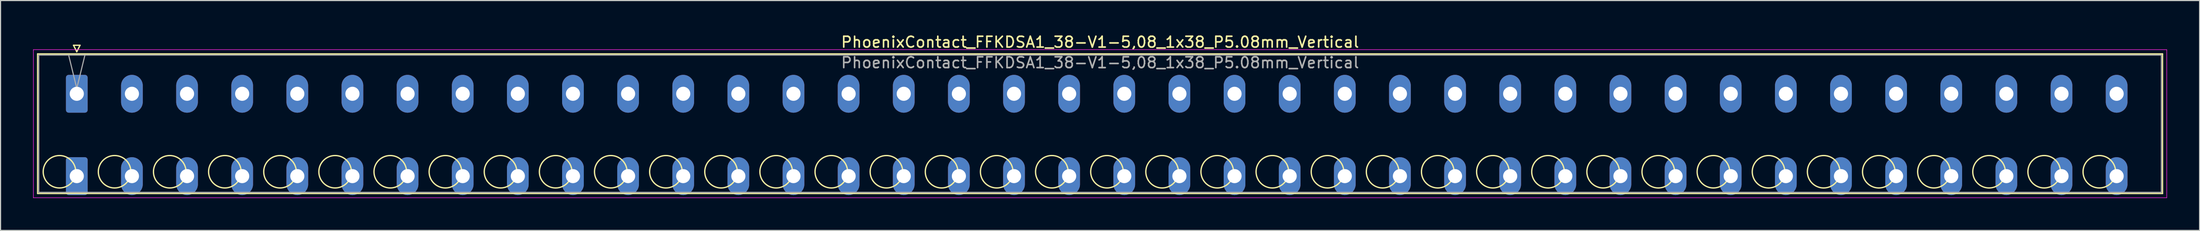
<source format=kicad_pcb>
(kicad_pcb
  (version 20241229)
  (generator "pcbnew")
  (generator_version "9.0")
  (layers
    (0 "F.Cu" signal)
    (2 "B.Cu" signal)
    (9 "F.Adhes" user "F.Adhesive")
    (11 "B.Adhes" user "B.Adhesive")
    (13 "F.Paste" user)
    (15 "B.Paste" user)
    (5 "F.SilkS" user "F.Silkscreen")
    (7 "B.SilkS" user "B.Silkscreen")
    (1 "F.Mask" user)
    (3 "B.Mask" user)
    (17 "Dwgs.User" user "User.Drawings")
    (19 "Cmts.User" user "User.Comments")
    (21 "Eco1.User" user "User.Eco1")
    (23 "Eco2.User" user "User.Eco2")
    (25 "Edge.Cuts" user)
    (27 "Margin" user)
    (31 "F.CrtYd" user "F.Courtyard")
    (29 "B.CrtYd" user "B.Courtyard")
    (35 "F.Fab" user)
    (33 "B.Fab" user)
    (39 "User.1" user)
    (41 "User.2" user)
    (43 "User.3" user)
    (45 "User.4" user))
  (footprint "PhoenixContact_FFKDSA1_38-V1-5,08_1x38_P5.08mm_Vertical"
    (layer "F.Cu")
    (at 4.025 5.628)
    (property "Reference" "PhoenixContact_FFKDSA1_38-V1-5,08_1x38_P5.08mm_Vertical" (at 94.29 -4.78 0) (layer "F.SilkS") (effects (font (size 1 1) (thickness 0.15))))
    (attr through_hole)
    (fp_line (start -3.61 -3.69) (end -3.61 9.23) (stroke (width 0.12) (type solid)) (layer "F.SilkS"))
    (fp_line (start -3.61 9.23) (end 192.19 9.23) (stroke (width 0.12) (type solid)) (layer "F.SilkS"))
    (fp_line (start -0.3 -4.49) (end 0.3 -4.49) (stroke (width 0.12) (type solid)) (layer "F.SilkS"))
    (fp_line (start 0 -3.89) (end -0.3 -4.49) (stroke (width 0.12) (type solid)) (layer "F.SilkS"))
    (fp_line (start 0.3 -4.49) (end 0 -3.89) (stroke (width 0.12) (type solid)) (layer "F.SilkS"))
    (fp_line (start 192.19 -3.69) (end -3.61 -3.69) (stroke (width 0.12) (type solid)) (layer "F.SilkS"))
    (fp_line (start 192.19 9.23) (end 192.19 -3.69) (stroke (width 0.12) (type solid)) (layer "F.SilkS"))
    (fp_circle (center -1.595 7.215) (end -0.095 7.215) (stroke (width 0.12) (type solid)) (fill no) (layer "F.SilkS"))
    (fp_circle (center 3.485 7.215) (end 4.985 7.215) (stroke (width 0.12) (type solid)) (fill no) (layer "F.SilkS"))
    (fp_circle (center 8.565 7.215) (end 10.065 7.215) (stroke (width 0.12) (type solid)) (fill no) (layer "F.SilkS"))
    (fp_circle (center 13.645 7.215) (end 15.145 7.215) (stroke (width 0.12) (type solid)) (fill no) (layer "F.SilkS"))
    (fp_circle (center 18.725 7.215) (end 20.225 7.215) (stroke (width 0.12) (type solid)) (fill no) (layer "F.SilkS"))
    (fp_circle (center 23.805 7.215) (end 25.305 7.215) (stroke (width 0.12) (type solid)) (fill no) (layer "F.SilkS"))
    (fp_circle (center 28.885 7.215) (end 30.385 7.215) (stroke (width 0.12) (type solid)) (fill no) (layer "F.SilkS"))
    (fp_circle (center 33.965 7.215) (end 35.465 7.215) (stroke (width 0.12) (type solid)) (fill no) (layer "F.SilkS"))
    (fp_circle (center 39.045 7.215) (end 40.545 7.215) (stroke (width 0.12) (type solid)) (fill no) (layer "F.SilkS"))
    (fp_circle (center 44.125 7.215) (end 45.625 7.215) (stroke (width 0.12) (type solid)) (fill no) (layer "F.SilkS"))
    (fp_circle (center 49.205 7.215) (end 50.705 7.215) (stroke (width 0.12) (type solid)) (fill no) (layer "F.SilkS"))
    (fp_circle (center 54.285 7.215) (end 55.785 7.215) (stroke (width 0.12) (type solid)) (fill no) (layer "F.SilkS"))
    (fp_circle (center 59.365 7.215) (end 60.865 7.215) (stroke (width 0.12) (type solid)) (fill no) (layer "F.SilkS"))
    (fp_circle (center 64.445 7.215) (end 65.945 7.215) (stroke (width 0.12) (type solid)) (fill no) (layer "F.SilkS"))
    (fp_circle (center 69.525 7.215) (end 71.025 7.215) (stroke (width 0.12) (type solid)) (fill no) (layer "F.SilkS"))
    (fp_circle (center 74.605 7.215) (end 76.105 7.215) (stroke (width 0.12) (type solid)) (fill no) (layer "F.SilkS"))
    (fp_circle (center 79.685 7.215) (end 81.185 7.215) (stroke (width 0.12) (type solid)) (fill no) (layer "F.SilkS"))
    (fp_circle (center 84.765 7.215) (end 86.265 7.215) (stroke (width 0.12) (type solid)) (fill no) (layer "F.SilkS"))
    (fp_circle (center 89.845 7.215) (end 91.345 7.215) (stroke (width 0.12) (type solid)) (fill no) (layer "F.SilkS"))
    (fp_circle (center 94.925 7.215) (end 96.425 7.215) (stroke (width 0.12) (type solid)) (fill no) (layer "F.SilkS"))
    (fp_circle (center 100.005 7.215) (end 101.505 7.215) (stroke (width 0.12) (type solid)) (fill no) (layer "F.SilkS"))
    (fp_circle (center 105.085 7.215) (end 106.585 7.215) (stroke (width 0.12) (type solid)) (fill no) (layer "F.SilkS"))
    (fp_circle (center 110.165 7.215) (end 111.665 7.215) (stroke (width 0.12) (type solid)) (fill no) (layer "F.SilkS"))
    (fp_circle (center 115.245 7.215) (end 116.745 7.215) (stroke (width 0.12) (type solid)) (fill no) (layer "F.SilkS"))
    (fp_circle (center 120.325 7.215) (end 121.825 7.215) (stroke (width 0.12) (type solid)) (fill no) (layer "F.SilkS"))
    (fp_circle (center 125.405 7.215) (end 126.905 7.215) (stroke (width 0.12) (type solid)) (fill no) (layer "F.SilkS"))
    (fp_circle (center 130.485 7.215) (end 131.985 7.215) (stroke (width 0.12) (type solid)) (fill no) (layer "F.SilkS"))
    (fp_circle (center 135.565 7.215) (end 137.065 7.215) (stroke (width 0.12) (type solid)) (fill no) (layer "F.SilkS"))
    (fp_circle (center 140.645 7.215) (end 142.145 7.215) (stroke (width 0.12) (type solid)) (fill no) (layer "F.SilkS"))
    (fp_circle (center 145.725 7.215) (end 147.225 7.215) (stroke (width 0.12) (type solid)) (fill no) (layer "F.SilkS"))
    (fp_circle (center 150.805 7.215) (end 152.305 7.215) (stroke (width 0.12) (type solid)) (fill no) (layer "F.SilkS"))
    (fp_circle (center 155.885 7.215) (end 157.385 7.215) (stroke (width 0.12) (type solid)) (fill no) (layer "F.SilkS"))
    (fp_circle (center 160.965 7.215) (end 162.465 7.215) (stroke (width 0.12) (type solid)) (fill no) (layer "F.SilkS"))
    (fp_circle (center 166.045 7.215) (end 167.545 7.215) (stroke (width 0.12) (type solid)) (fill no) (layer "F.SilkS"))
    (fp_circle (center 171.125 7.215) (end 172.625 7.215) (stroke (width 0.12) (type solid)) (fill no) (layer "F.SilkS"))
    (fp_circle (center 176.205 7.215) (end 177.705 7.215) (stroke (width 0.12) (type solid)) (fill no) (layer "F.SilkS"))
    (fp_circle (center 181.285 7.215) (end 182.785 7.215) (stroke (width 0.12) (type solid)) (fill no) (layer "F.SilkS"))
    (fp_circle (center 186.365 7.215) (end 187.865 7.215) (stroke (width 0.12) (type solid)) (fill no) (layer "F.SilkS"))
    (fp_line (start -4 -4.08) (end -4 9.62) (stroke (width 0.05) (type solid)) (layer "F.CrtYd"))
    (fp_line (start -4 9.62) (end 192.58 9.62) (stroke (width 0.05) (type solid)) (layer "F.CrtYd"))
    (fp_line (start 192.58 -4.08) (end -4 -4.08) (stroke (width 0.05) (type solid)) (layer "F.CrtYd"))
    (fp_line (start 192.58 9.62) (end 192.58 -4.08) (stroke (width 0.05) (type solid)) (layer "F.CrtYd"))
    (fp_line (start -3.5 -3.58) (end -3.5 9.12) (stroke (width 0.1) (type solid)) (layer "F.Fab"))
    (fp_line (start -3.5 9.12) (end 192.08 9.12) (stroke (width 0.1) (type solid)) (layer "F.Fab"))
    (fp_line (start 0 -0.5) (end -0.75 -3.58) (stroke (width 0.1) (type solid)) (layer "F.Fab"))
    (fp_line (start 0.75 -3.58) (end 0 -0.5) (stroke (width 0.1) (type solid)) (layer "F.Fab"))
    (fp_line (start 192.08 -3.58) (end -3.5 -3.58) (stroke (width 0.1) (type solid)) (layer "F.Fab"))
    (fp_line (start 192.08 9.12) (end 192.08 -3.58) (stroke (width 0.1) (type solid)) (layer "F.Fab"))
    (fp_text user "${REFERENCE}" (at 94.29 -2.88 0) (layer "F.Fab") (effects (font (size 1 1) (thickness 0.15))))
    (pad "1" thru_hole roundrect (at 0 0) (size 2 3.5) (drill 1.3) (layers "*.Cu" "*.Mask") (roundrect_rratio 0.125))
    (pad "1" thru_hole roundrect (at 0 7.62) (size 2 3.5) (drill 1.3) (layers "*.Cu" "*.Mask") (roundrect_rratio 0.125))
    (pad "2" thru_hole oval (at 5.08 0) (size 2 3.5) (drill 1.3) (layers "*.Cu" "*.Mask"))
    (pad "2" thru_hole oval (at 5.08 7.62) (size 2 3.5) (drill 1.3) (layers "*.Cu" "*.Mask"))
    (pad "3" thru_hole oval (at 10.16 0) (size 2 3.5) (drill 1.3) (layers "*.Cu" "*.Mask"))
    (pad "3" thru_hole oval (at 10.16 7.62) (size 2 3.5) (drill 1.3) (layers "*.Cu" "*.Mask"))
    (pad "4" thru_hole oval (at 15.24 0) (size 2 3.5) (drill 1.3) (layers "*.Cu" "*.Mask"))
    (pad "4" thru_hole oval (at 15.24 7.62) (size 2 3.5) (drill 1.3) (layers "*.Cu" "*.Mask"))
    (pad "5" thru_hole oval (at 20.32 0) (size 2 3.5) (drill 1.3) (layers "*.Cu" "*.Mask"))
    (pad "5" thru_hole oval (at 20.32 7.62) (size 2 3.5) (drill 1.3) (layers "*.Cu" "*.Mask"))
    (pad "6" thru_hole oval (at 25.4 0) (size 2 3.5) (drill 1.3) (layers "*.Cu" "*.Mask"))
    (pad "6" thru_hole oval (at 25.4 7.62) (size 2 3.5) (drill 1.3) (layers "*.Cu" "*.Mask"))
    (pad "7" thru_hole oval (at 30.48 0) (size 2 3.5) (drill 1.3) (layers "*.Cu" "*.Mask"))
    (pad "7" thru_hole oval (at 30.48 7.62) (size 2 3.5) (drill 1.3) (layers "*.Cu" "*.Mask"))
    (pad "8" thru_hole oval (at 35.56 0) (size 2 3.5) (drill 1.3) (layers "*.Cu" "*.Mask"))
    (pad "8" thru_hole oval (at 35.56 7.62) (size 2 3.5) (drill 1.3) (layers "*.Cu" "*.Mask"))
    (pad "9" thru_hole oval (at 40.64 0) (size 2 3.5) (drill 1.3) (layers "*.Cu" "*.Mask"))
    (pad "9" thru_hole oval (at 40.64 7.62) (size 2 3.5) (drill 1.3) (layers "*.Cu" "*.Mask"))
    (pad "10" thru_hole oval (at 45.72 0) (size 2 3.5) (drill 1.3) (layers "*.Cu" "*.Mask"))
    (pad "10" thru_hole oval (at 45.72 7.62) (size 2 3.5) (drill 1.3) (layers "*.Cu" "*.Mask"))
    (pad "11" thru_hole oval (at 50.8 0) (size 2 3.5) (drill 1.3) (layers "*.Cu" "*.Mask"))
    (pad "11" thru_hole oval (at 50.8 7.62) (size 2 3.5) (drill 1.3) (layers "*.Cu" "*.Mask"))
    (pad "12" thru_hole oval (at 55.88 0) (size 2 3.5) (drill 1.3) (layers "*.Cu" "*.Mask"))
    (pad "12" thru_hole oval (at 55.88 7.62) (size 2 3.5) (drill 1.3) (layers "*.Cu" "*.Mask"))
    (pad "13" thru_hole oval (at 60.96 0) (size 2 3.5) (drill 1.3) (layers "*.Cu" "*.Mask"))
    (pad "13" thru_hole oval (at 60.96 7.62) (size 2 3.5) (drill 1.3) (layers "*.Cu" "*.Mask"))
    (pad "14" thru_hole oval (at 66.04 0) (size 2 3.5) (drill 1.3) (layers "*.Cu" "*.Mask"))
    (pad "14" thru_hole oval (at 66.04 7.62) (size 2 3.5) (drill 1.3) (layers "*.Cu" "*.Mask"))
    (pad "15" thru_hole oval (at 71.12 0) (size 2 3.5) (drill 1.3) (layers "*.Cu" "*.Mask"))
    (pad "15" thru_hole oval (at 71.12 7.62) (size 2 3.5) (drill 1.3) (layers "*.Cu" "*.Mask"))
    (pad "16" thru_hole oval (at 76.2 0) (size 2 3.5) (drill 1.3) (layers "*.Cu" "*.Mask"))
    (pad "16" thru_hole oval (at 76.2 7.62) (size 2 3.5) (drill 1.3) (layers "*.Cu" "*.Mask"))
    (pad "17" thru_hole oval (at 81.28 0) (size 2 3.5) (drill 1.3) (layers "*.Cu" "*.Mask"))
    (pad "17" thru_hole oval (at 81.28 7.62) (size 2 3.5) (drill 1.3) (layers "*.Cu" "*.Mask"))
    (pad "18" thru_hole oval (at 86.36 0) (size 2 3.5) (drill 1.3) (layers "*.Cu" "*.Mask"))
    (pad "18" thru_hole oval (at 86.36 7.62) (size 2 3.5) (drill 1.3) (layers "*.Cu" "*.Mask"))
    (pad "19" thru_hole oval (at 91.44 0) (size 2 3.5) (drill 1.3) (layers "*.Cu" "*.Mask"))
    (pad "19" thru_hole oval (at 91.44 7.62) (size 2 3.5) (drill 1.3) (layers "*.Cu" "*.Mask"))
    (pad "20" thru_hole oval (at 96.52 0) (size 2 3.5) (drill 1.3) (layers "*.Cu" "*.Mask"))
    (pad "20" thru_hole oval (at 96.52 7.62) (size 2 3.5) (drill 1.3) (layers "*.Cu" "*.Mask"))
    (pad "21" thru_hole oval (at 101.6 0) (size 2 3.5) (drill 1.3) (layers "*.Cu" "*.Mask"))
    (pad "21" thru_hole oval (at 101.6 7.62) (size 2 3.5) (drill 1.3) (layers "*.Cu" "*.Mask"))
    (pad "22" thru_hole oval (at 106.68 0) (size 2 3.5) (drill 1.3) (layers "*.Cu" "*.Mask"))
    (pad "22" thru_hole oval (at 106.68 7.62) (size 2 3.5) (drill 1.3) (layers "*.Cu" "*.Mask"))
    (pad "23" thru_hole oval (at 111.76 0) (size 2 3.5) (drill 1.3) (layers "*.Cu" "*.Mask"))
    (pad "23" thru_hole oval (at 111.76 7.62) (size 2 3.5) (drill 1.3) (layers "*.Cu" "*.Mask"))
    (pad "24" thru_hole oval (at 116.84 0) (size 2 3.5) (drill 1.3) (layers "*.Cu" "*.Mask"))
    (pad "24" thru_hole oval (at 116.84 7.62) (size 2 3.5) (drill 1.3) (layers "*.Cu" "*.Mask"))
    (pad "25" thru_hole oval (at 121.92 0) (size 2 3.5) (drill 1.3) (layers "*.Cu" "*.Mask"))
    (pad "25" thru_hole oval (at 121.92 7.62) (size 2 3.5) (drill 1.3) (layers "*.Cu" "*.Mask"))
    (pad "26" thru_hole oval (at 127 0) (size 2 3.5) (drill 1.3) (layers "*.Cu" "*.Mask"))
    (pad "26" thru_hole oval (at 127 7.62) (size 2 3.5) (drill 1.3) (layers "*.Cu" "*.Mask"))
    (pad "27" thru_hole oval (at 132.08 0) (size 2 3.5) (drill 1.3) (layers "*.Cu" "*.Mask"))
    (pad "27" thru_hole oval (at 132.08 7.62) (size 2 3.5) (drill 1.3) (layers "*.Cu" "*.Mask"))
    (pad "28" thru_hole oval (at 137.16 0) (size 2 3.5) (drill 1.3) (layers "*.Cu" "*.Mask"))
    (pad "28" thru_hole oval (at 137.16 7.62) (size 2 3.5) (drill 1.3) (layers "*.Cu" "*.Mask"))
    (pad "29" thru_hole oval (at 142.24 0) (size 2 3.5) (drill 1.3) (layers "*.Cu" "*.Mask"))
    (pad "29" thru_hole oval (at 142.24 7.62) (size 2 3.5) (drill 1.3) (layers "*.Cu" "*.Mask"))
    (pad "30" thru_hole oval (at 147.32 0) (size 2 3.5) (drill 1.3) (layers "*.Cu" "*.Mask"))
    (pad "30" thru_hole oval (at 147.32 7.62) (size 2 3.5) (drill 1.3) (layers "*.Cu" "*.Mask"))
    (pad "31" thru_hole oval (at 152.4 0) (size 2 3.5) (drill 1.3) (layers "*.Cu" "*.Mask"))
    (pad "31" thru_hole oval (at 152.4 7.62) (size 2 3.5) (drill 1.3) (layers "*.Cu" "*.Mask"))
    (pad "32" thru_hole oval (at 157.48 0) (size 2 3.5) (drill 1.3) (layers "*.Cu" "*.Mask"))
    (pad "32" thru_hole oval (at 157.48 7.62) (size 2 3.5) (drill 1.3) (layers "*.Cu" "*.Mask"))
    (pad "33" thru_hole oval (at 162.56 0) (size 2 3.5) (drill 1.3) (layers "*.Cu" "*.Mask"))
    (pad "33" thru_hole oval (at 162.56 7.62) (size 2 3.5) (drill 1.3) (layers "*.Cu" "*.Mask"))
    (pad "34" thru_hole oval (at 167.64 0) (size 2 3.5) (drill 1.3) (layers "*.Cu" "*.Mask"))
    (pad "34" thru_hole oval (at 167.64 7.62) (size 2 3.5) (drill 1.3) (layers "*.Cu" "*.Mask"))
    (pad "35" thru_hole oval (at 172.72 0) (size 2 3.5) (drill 1.3) (layers "*.Cu" "*.Mask"))
    (pad "35" thru_hole oval (at 172.72 7.62) (size 2 3.5) (drill 1.3) (layers "*.Cu" "*.Mask"))
    (pad "36" thru_hole oval (at 177.8 0) (size 2 3.5) (drill 1.3) (layers "*.Cu" "*.Mask"))
    (pad "36" thru_hole oval (at 177.8 7.62) (size 2 3.5) (drill 1.3) (layers "*.Cu" "*.Mask"))
    (pad "37" thru_hole oval (at 182.88 0) (size 2 3.5) (drill 1.3) (layers "*.Cu" "*.Mask"))
    (pad "37" thru_hole oval (at 182.88 7.62) (size 2 3.5) (drill 1.3) (layers "*.Cu" "*.Mask"))
    (pad "38" thru_hole oval (at 187.96 0) (size 2 3.5) (drill 1.3) (layers "*.Cu" "*.Mask"))
    (pad "38" thru_hole oval (at 187.96 7.62) (size 2 3.5) (drill 1.3) (layers "*.Cu" "*.Mask")))
  (gr_rect
    (start -3 -3)
    (end 199.63 18.273)
    (stroke (width 0.1) (type default))
    (fill no)
    (layer "Edge.Cuts")))
</source>
